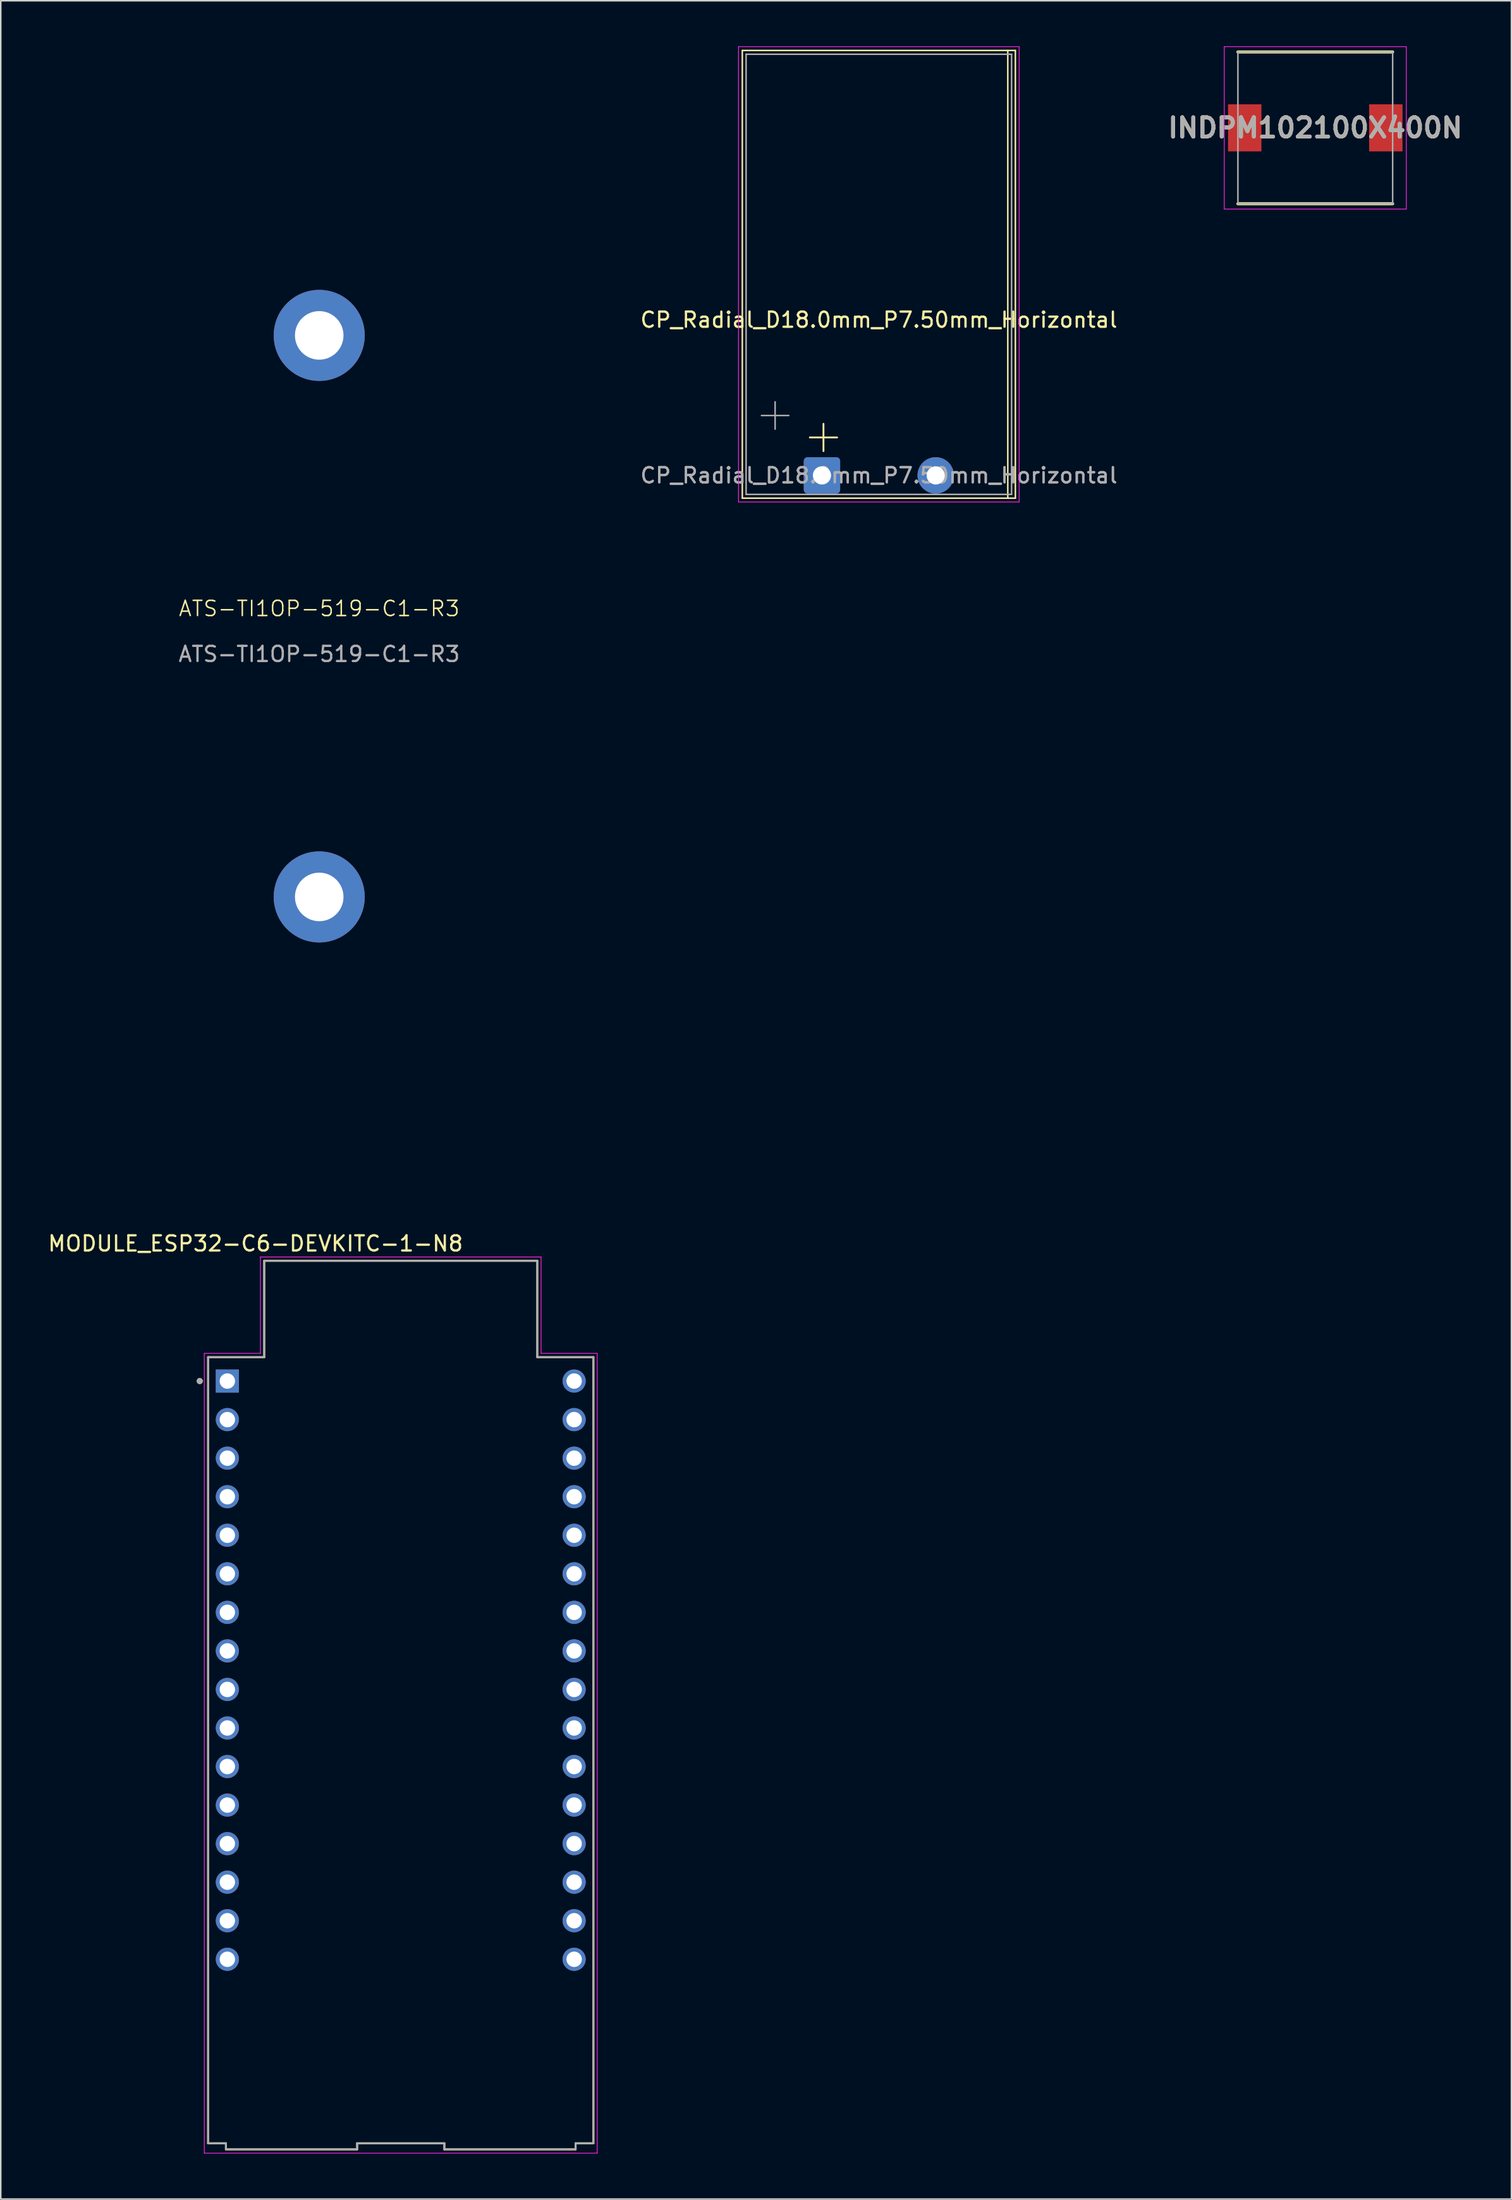
<source format=kicad_pcb>
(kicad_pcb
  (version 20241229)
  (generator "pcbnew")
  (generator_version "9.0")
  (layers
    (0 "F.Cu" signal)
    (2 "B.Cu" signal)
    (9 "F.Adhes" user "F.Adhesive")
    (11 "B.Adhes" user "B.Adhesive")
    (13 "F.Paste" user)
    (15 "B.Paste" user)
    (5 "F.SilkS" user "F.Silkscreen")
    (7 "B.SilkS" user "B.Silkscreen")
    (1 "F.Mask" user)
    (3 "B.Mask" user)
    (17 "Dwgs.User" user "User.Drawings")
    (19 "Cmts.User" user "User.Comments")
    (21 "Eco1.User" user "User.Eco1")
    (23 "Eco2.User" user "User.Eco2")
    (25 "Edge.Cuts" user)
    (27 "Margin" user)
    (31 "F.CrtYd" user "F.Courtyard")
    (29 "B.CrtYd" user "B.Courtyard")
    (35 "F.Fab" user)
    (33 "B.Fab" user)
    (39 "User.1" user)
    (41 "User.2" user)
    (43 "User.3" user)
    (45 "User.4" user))
  (footprint "INDPM102100X400N"
    (layer "F.Cu")
    (at 83.652 5.375)
    (property "Reference" "INDPM102100X400N" (at 0 0 0) (layer "F.SilkS") (effects (font (size 1.27 1.27) (thickness 0.254))))
    (attr smd)
    (fp_line (start -5.1 5) (end 5.1 5) (stroke (width 0.2) (type solid)) (layer "F.SilkS"))
    (fp_line (start 5.1 -5) (end -5.1 -5) (stroke (width 0.2) (type solid)) (layer "F.SilkS"))
    (fp_line (start -6 -5.35) (end 6 -5.35) (stroke (width 0.05) (type solid)) (layer "F.CrtYd"))
    (fp_line (start -6 5.35) (end -6 -5.35) (stroke (width 0.05) (type solid)) (layer "F.CrtYd"))
    (fp_line (start 6 -5.35) (end 6 5.35) (stroke (width 0.05) (type solid)) (layer "F.CrtYd"))
    (fp_line (start 6 5.35) (end -6 5.35) (stroke (width 0.05) (type solid)) (layer "F.CrtYd"))
    (fp_line (start -5.1 -5) (end 5.1 -5) (stroke (width 0.1) (type solid)) (layer "F.Fab"))
    (fp_line (start -5.1 5) (end -5.1 -5) (stroke (width 0.1) (type solid)) (layer "F.Fab"))
    (fp_line (start 5.1 -5) (end 5.1 5) (stroke (width 0.1) (type solid)) (layer "F.Fab"))
    (fp_line (start 5.1 5) (end -5.1 5) (stroke (width 0.1) (type solid)) (layer "F.Fab"))
    (fp_text user "${REFERENCE}" (at 0 0 0) (layer "F.Fab") (effects (font (size 1.27 1.27) (thickness 0.254))))
    (pad "1" smd rect (at -4.65 0) (size 2.2 3.1) (layers "F.Cu" "F.Mask" "F.Paste"))
    (pad "2" smd rect (at 4.65 0) (size 2.2 3.1) (layers "F.Cu" "F.Mask" "F.Paste")))
  (footprint "MODULE_ESP32-C6-DEVKITC-1-N8"
    (layer "F.Cu")
    (at 23.367 112.276)
    (property "Reference" "MODULE_ESP32-C6-DEVKITC-1-N8" (at -9.575 -33.385 0) (layer "F.SilkS") (effects (font (size 1 1) (thickness 0.15))))
    (attr through_hole)
    (fp_line (start -12.7 -25.9) (end -9 -25.9) (stroke (width 0.127) (type solid)) (layer "F.SilkS"))
    (fp_line (start -12.7 25.9) (end -12.7 -25.9) (stroke (width 0.127) (type solid)) (layer "F.SilkS"))
    (fp_line (start -11.525 25.9) (end -12.7 25.9) (stroke (width 0.127) (type solid)) (layer "F.SilkS"))
    (fp_line (start -11.525 25.9) (end -11.525 26.3) (stroke (width 0.127) (type solid)) (layer "F.SilkS"))
    (fp_line (start -11.525 26.3) (end -2.875 26.3) (stroke (width 0.127) (type solid)) (layer "F.SilkS"))
    (fp_line (start -9 -32.25) (end 9 -32.25) (stroke (width 0.127) (type solid)) (layer "F.SilkS"))
    (fp_line (start -9 -25.9) (end -9 -32.25) (stroke (width 0.127) (type solid)) (layer "F.SilkS"))
    (fp_line (start -2.875 26.3) (end -2.875 25.9) (stroke (width 0.127) (type solid)) (layer "F.SilkS"))
    (fp_line (start 2.875 25.9) (end -2.875 25.9) (stroke (width 0.127) (type solid)) (layer "F.SilkS"))
    (fp_line (start 2.875 25.9) (end 2.875 26.3) (stroke (width 0.127) (type solid)) (layer "F.SilkS"))
    (fp_line (start 2.875 26.3) (end 11.525 26.3) (stroke (width 0.127) (type solid)) (layer "F.SilkS"))
    (fp_line (start 9 -32.25) (end 9 -25.9) (stroke (width 0.127) (type solid)) (layer "F.SilkS"))
    (fp_line (start 9 -25.9) (end 12.7 -25.9) (stroke (width 0.127) (type solid)) (layer "F.SilkS"))
    (fp_line (start 11.525 26.3) (end 11.525 25.9) (stroke (width 0.127) (type solid)) (layer "F.SilkS"))
    (fp_line (start 12.7 -25.9) (end 12.7 25.9) (stroke (width 0.127) (type solid)) (layer "F.SilkS"))
    (fp_line (start 12.7 25.9) (end 11.525 25.9) (stroke (width 0.127) (type solid)) (layer "F.SilkS"))
    (fp_circle (center -13.25 -24.325) (end -13.15 -24.325) (stroke (width 0.2) (type solid)) (fill no) (layer "F.SilkS"))
    (fp_line (start -12.95 -26.15) (end -9.25 -26.15) (stroke (width 0.05) (type solid)) (layer "F.CrtYd"))
    (fp_line (start -12.95 26.55) (end -12.95 -26.15) (stroke (width 0.05) (type solid)) (layer "F.CrtYd"))
    (fp_line (start -9.25 -32.5) (end 9.25 -32.5) (stroke (width 0.05) (type solid)) (layer "F.CrtYd"))
    (fp_line (start -9.25 -26.15) (end -9.25 -32.5) (stroke (width 0.05) (type solid)) (layer "F.CrtYd"))
    (fp_line (start 9.25 -32.5) (end 9.25 -26.15) (stroke (width 0.05) (type solid)) (layer "F.CrtYd"))
    (fp_line (start 9.25 -26.15) (end 12.95 -26.15) (stroke (width 0.05) (type solid)) (layer "F.CrtYd"))
    (fp_line (start 12.95 -26.15) (end 12.95 26.55) (stroke (width 0.05) (type solid)) (layer "F.CrtYd"))
    (fp_line (start 12.95 26.55) (end -12.95 26.55) (stroke (width 0.05) (type solid)) (layer "F.CrtYd"))
    (fp_line (start -12.7 -25.9) (end -9 -25.9) (stroke (width 0.127) (type solid)) (layer "F.Fab"))
    (fp_line (start -12.7 25.9) (end -12.7 -25.9) (stroke (width 0.127) (type solid)) (layer "F.Fab"))
    (fp_line (start -11.525 25.9) (end -12.7 25.9) (stroke (width 0.127) (type solid)) (layer "F.Fab"))
    (fp_line (start -11.525 25.9) (end -11.525 26.3) (stroke (width 0.127) (type solid)) (layer "F.Fab"))
    (fp_line (start -11.525 26.3) (end -2.875 26.3) (stroke (width 0.127) (type solid)) (layer "F.Fab"))
    (fp_line (start -9 -32.25) (end 9 -32.25) (stroke (width 0.127) (type solid)) (layer "F.Fab"))
    (fp_line (start -9 -25.9) (end -9 -32.25) (stroke (width 0.127) (type solid)) (layer "F.Fab"))
    (fp_line (start -2.875 26.3) (end -2.875 25.9) (stroke (width 0.127) (type solid)) (layer "F.Fab"))
    (fp_line (start 2.875 25.9) (end -2.875 25.9) (stroke (width 0.127) (type solid)) (layer "F.Fab"))
    (fp_line (start 2.875 25.9) (end 2.875 26.3) (stroke (width 0.127) (type solid)) (layer "F.Fab"))
    (fp_line (start 2.875 26.3) (end 11.525 26.3) (stroke (width 0.127) (type solid)) (layer "F.Fab"))
    (fp_line (start 9 -32.25) (end 9 -25.9) (stroke (width 0.127) (type solid)) (layer "F.Fab"))
    (fp_line (start 9 -25.9) (end 12.7 -25.9) (stroke (width 0.127) (type solid)) (layer "F.Fab"))
    (fp_line (start 11.525 26.3) (end 11.525 25.9) (stroke (width 0.127) (type solid)) (layer "F.Fab"))
    (fp_line (start 12.7 -25.9) (end 12.7 25.9) (stroke (width 0.127) (type solid)) (layer "F.Fab"))
    (fp_line (start 12.7 25.9) (end 11.525 25.9) (stroke (width 0.127) (type solid)) (layer "F.Fab"))
    (fp_circle (center -13.25 -24.325) (end -13.15 -24.325) (stroke (width 0.2) (type solid)) (fill no) (layer "F.Fab"))
    (pad "J1_1" thru_hole rect (at -11.43 -24.325) (size 1.524 1.524) (drill 1.016) (layers "*.Cu" "*.Mask"))
    (pad "J1_2" thru_hole circle (at -11.43 -21.785) (size 1.524 1.524) (drill 1.016) (layers "*.Cu" "*.Mask"))
    (pad "J1_3" thru_hole circle (at -11.43 -19.245) (size 1.524 1.524) (drill 1.016) (layers "*.Cu" "*.Mask"))
    (pad "J1_4" thru_hole circle (at -11.43 -16.705) (size 1.524 1.524) (drill 1.016) (layers "*.Cu" "*.Mask"))
    (pad "J1_5" thru_hole circle (at -11.43 -14.165) (size 1.524 1.524) (drill 1.016) (layers "*.Cu" "*.Mask"))
    (pad "J1_6" thru_hole circle (at -11.43 -11.625) (size 1.524 1.524) (drill 1.016) (layers "*.Cu" "*.Mask"))
    (pad "J1_7" thru_hole circle (at -11.43 -9.085) (size 1.524 1.524) (drill 1.016) (layers "*.Cu" "*.Mask"))
    (pad "J1_8" thru_hole circle (at -11.43 -6.545) (size 1.524 1.524) (drill 1.016) (layers "*.Cu" "*.Mask"))
    (pad "J1_9" thru_hole circle (at -11.43 -4.005) (size 1.524 1.524) (drill 1.016) (layers "*.Cu" "*.Mask"))
    (pad "J1_10" thru_hole circle (at -11.43 -1.465) (size 1.524 1.524) (drill 1.016) (layers "*.Cu" "*.Mask"))
    (pad "J1_11" thru_hole circle (at -11.43 1.075) (size 1.524 1.524) (drill 1.016) (layers "*.Cu" "*.Mask"))
    (pad "J1_12" thru_hole circle (at -11.43 3.615) (size 1.524 1.524) (drill 1.016) (layers "*.Cu" "*.Mask"))
    (pad "J1_13" thru_hole circle (at -11.43 6.155) (size 1.524 1.524) (drill 1.016) (layers "*.Cu" "*.Mask"))
    (pad "J1_14" thru_hole circle (at -11.43 8.695) (size 1.524 1.524) (drill 1.016) (layers "*.Cu" "*.Mask"))
    (pad "J1_15" thru_hole circle (at -11.43 11.235) (size 1.524 1.524) (drill 1.016) (layers "*.Cu" "*.Mask"))
    (pad "J1_16" thru_hole circle (at -11.43 13.775) (size 1.524 1.524) (drill 1.016) (layers "*.Cu" "*.Mask"))
    (pad "J3_1" thru_hole circle (at 11.43 -24.325) (size 1.524 1.524) (drill 1.016) (layers "*.Cu" "*.Mask"))
    (pad "J3_2" thru_hole circle (at 11.43 -21.785) (size 1.524 1.524) (drill 1.016) (layers "*.Cu" "*.Mask"))
    (pad "J3_3" thru_hole circle (at 11.43 -19.245) (size 1.524 1.524) (drill 1.016) (layers "*.Cu" "*.Mask"))
    (pad "J3_4" thru_hole circle (at 11.43 -16.705) (size 1.524 1.524) (drill 1.016) (layers "*.Cu" "*.Mask"))
    (pad "J3_5" thru_hole circle (at 11.43 -14.165) (size 1.524 1.524) (drill 1.016) (layers "*.Cu" "*.Mask"))
    (pad "J3_6" thru_hole circle (at 11.43 -11.625) (size 1.524 1.524) (drill 1.016) (layers "*.Cu" "*.Mask"))
    (pad "J3_7" thru_hole circle (at 11.43 -9.085) (size 1.524 1.524) (drill 1.016) (layers "*.Cu" "*.Mask"))
    (pad "J3_8" thru_hole circle (at 11.43 -6.545) (size 1.524 1.524) (drill 1.016) (layers "*.Cu" "*.Mask"))
    (pad "J3_9" thru_hole circle (at 11.43 -4.005) (size 1.524 1.524) (drill 1.016) (layers "*.Cu" "*.Mask"))
    (pad "J3_10" thru_hole circle (at 11.43 -1.465) (size 1.524 1.524) (drill 1.016) (layers "*.Cu" "*.Mask"))
    (pad "J3_11" thru_hole circle (at 11.43 1.075) (size 1.524 1.524) (drill 1.016) (layers "*.Cu" "*.Mask"))
    (pad "J3_12" thru_hole circle (at 11.43 3.615) (size 1.524 1.524) (drill 1.016) (layers "*.Cu" "*.Mask"))
    (pad "J3_13" thru_hole circle (at 11.43 6.155) (size 1.524 1.524) (drill 1.016) (layers "*.Cu" "*.Mask"))
    (pad "J3_14" thru_hole circle (at 11.43 8.695) (size 1.524 1.524) (drill 1.016) (layers "*.Cu" "*.Mask"))
    (pad "J3_15" thru_hole circle (at 11.43 11.235) (size 1.524 1.524) (drill 1.016) (layers "*.Cu" "*.Mask"))
    (pad "J3_16" thru_hole circle (at 11.43 13.775) (size 1.524 1.524) (drill 1.016) (layers "*.Cu" "*.Mask")))
  (footprint "ATS-TI1OP-519-C1-R3"
    (layer "F.Cu")
    (at 17.993 37.55)
    (property "Reference" "ATS-TI1OP-519-C1-R3" (at 0 -0.5 0) (unlocked yes) (layer "F.SilkS") (effects (font (size 1 1) (thickness 0.1))))
    (attr smd)
    (fp_rect (start -17.943 -37.5) (end 18 37.443) (stroke (width 0.1) (type default)) (fill no) (layer "Margin"))
    (fp_text user "${REFERENCE}" (at 0 2.5 0) (unlocked yes) (layer "F.Fab") (effects (font (size 1 1) (thickness 0.15))))
    (pad "1" thru_hole circle (at 0 18.5) (size 6 6) (drill 3.2) (layers "*.Cu" "*.Mask"))
    (pad "2" thru_hole circle (at 0 -18.5) (size 6 6) (drill 3.2) (layers "*.Cu" "*.Mask")))
  (footprint "CP_Radial_D18.0mm_P7.50mm_Horizontal"
    (layer "F.Cu")
    (at 51.132 28.275)
    (property "Reference" "CP_Radial_D18.0mm_P7.50mm_Horizontal" (at 3.75 -10.25 0) (layer "F.SilkS") (effects (font (size 1 1) (thickness 0.15))))
    (attr through_hole)
    (fp_line (start -5.25 -28) (end 12.75 -28) (stroke (width 0.1) (type default)) (layer "F.SilkS"))
    (fp_line (start -5.25 1.5) (end -5.25 -28) (stroke (width 0.1) (type default)) (layer "F.SilkS"))
    (fp_line (start -5.25 1.5) (end 12.75 1.5) (stroke (width 0.1) (type default)) (layer "F.SilkS"))
    (fp_line (start -0.8 -2.5) (end 1 -2.5) (stroke (width 0.12) (type solid)) (layer "F.SilkS"))
    (fp_line (start 0.1 -3.4) (end 0.1 -1.6) (stroke (width 0.12) (type solid)) (layer "F.SilkS"))
    (fp_line (start 12.25 -28) (end 12.25 1.5) (stroke (width 0.1) (type default)) (layer "F.SilkS"))
    (fp_line (start 12.75 -28) (end 12.75 1.5) (stroke (width 0.1) (type default)) (layer "F.SilkS"))
    (fp_line (start -5.5 -28.25) (end 13 -28.25) (stroke (width 0.05) (type default)) (layer "F.CrtYd"))
    (fp_line (start -5.5 1.75) (end -5.5 -28.25) (stroke (width 0.05) (type default)) (layer "F.CrtYd"))
    (fp_line (start 13 -28.25) (end 13 1.75) (stroke (width 0.05) (type default)) (layer "F.CrtYd"))
    (fp_line (start 13 1.75) (end -5.5 1.75) (stroke (width 0.05) (type default)) (layer "F.CrtYd"))
    (fp_line (start -5 -27.75) (end 12.5 -27.75) (stroke (width 0.1) (type default)) (layer "F.Fab"))
    (fp_line (start -5 1.25) (end -5 -27.75) (stroke (width 0.1) (type default)) (layer "F.Fab"))
    (fp_line (start -3.987 -3.947) (end -2.187 -3.947) (stroke (width 0.1) (type solid)) (layer "F.Fab"))
    (fp_line (start -3.087 -4.848) (end -3.087 -3.047) (stroke (width 0.1) (type solid)) (layer "F.Fab"))
    (fp_line (start 12.5 -27.75) (end 12.5 1.25) (stroke (width 0.1) (type default)) (layer "F.Fab"))
    (fp_line (start 12.5 1.25) (end -5 1.25) (stroke (width 0.1) (type default)) (layer "F.Fab"))
    (fp_text user "${REFERENCE}" (at 3.75 0 0) (layer "F.Fab") (effects (font (size 1 1) (thickness 0.15))))
    (fp_text user "${REFERENCE}" (at 3.75 0 0) (layer "F.Fab") (effects (font (size 1 1) (thickness 0.15))))
    (pad "1" thru_hole roundrect (at 0 0) (size 2.4 2.4) (drill 1.2) (layers "*.Cu" "*.Mask") (roundrect_rratio 0.104))
    (pad "2" thru_hole circle (at 7.5 0) (size 2.4 2.4) (drill 1.2) (layers "*.Cu" "*.Mask")))
  (gr_rect
    (start -3 -3)
    (end 96.582 141.851)
    (stroke (width 0.1) (type default))
    (fill no)
    (layer "Edge.Cuts")))
</source>
